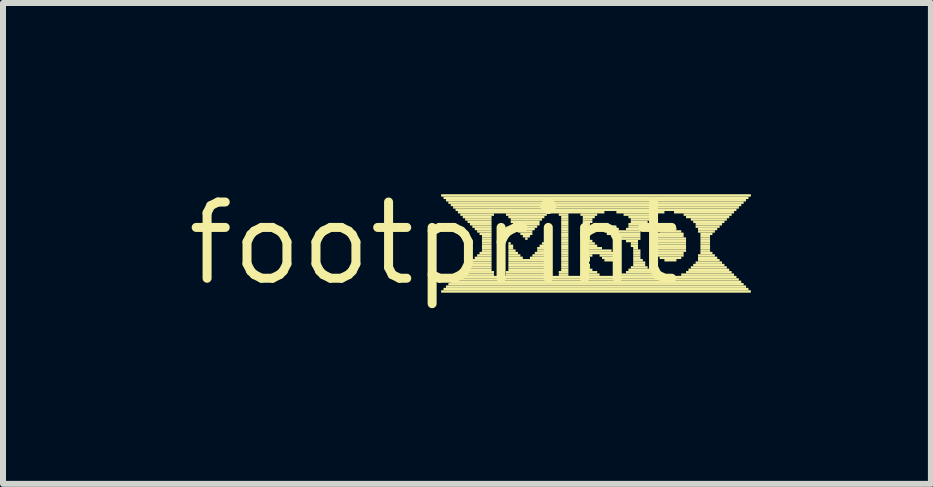
<source format=kicad_pcb>
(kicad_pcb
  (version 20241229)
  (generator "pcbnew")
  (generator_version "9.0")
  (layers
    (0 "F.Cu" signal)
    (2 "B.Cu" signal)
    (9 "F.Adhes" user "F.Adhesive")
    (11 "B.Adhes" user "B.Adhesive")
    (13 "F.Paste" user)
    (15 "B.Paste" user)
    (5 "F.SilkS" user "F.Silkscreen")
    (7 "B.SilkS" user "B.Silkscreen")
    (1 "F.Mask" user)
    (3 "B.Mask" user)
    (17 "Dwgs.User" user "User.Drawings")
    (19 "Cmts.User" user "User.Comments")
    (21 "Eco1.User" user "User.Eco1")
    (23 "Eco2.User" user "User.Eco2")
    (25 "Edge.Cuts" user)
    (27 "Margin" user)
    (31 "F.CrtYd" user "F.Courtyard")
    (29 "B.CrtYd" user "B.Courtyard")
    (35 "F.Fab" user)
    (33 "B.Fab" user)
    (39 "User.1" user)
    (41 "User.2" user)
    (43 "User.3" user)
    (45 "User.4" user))
  (footprint "footprint"
    (layer "F.Cu")
    (at 4.18 1.006)
    (property "Reference" "footprint" (at 0 0 0) (layer "F.SilkS") (effects (font (size 1.27 1.27) (thickness 0.15))))
    (fp_poly (pts (xy 0.12 -0.78) (xy 5.28 -0.78) (xy 5.28 -0.82) (xy 0.12 -0.82)) (stroke (width 0) (type solid)) (fill yes) (layer "F.SilkS"))
    (fp_poly (pts (xy 0.12 0.82) (xy 5.28 0.82) (xy 5.28 0.78) (xy 0.12 0.78)) (stroke (width 0) (type solid)) (fill yes) (layer "F.SilkS"))
    (fp_poly (pts (xy 0.16 -0.74) (xy 5.24 -0.74) (xy 5.24 -0.78) (xy 0.16 -0.78)) (stroke (width 0) (type solid)) (fill yes) (layer "F.SilkS"))
    (fp_poly (pts (xy 0.16 0.78) (xy 5.24 0.78) (xy 5.24 0.74) (xy 0.16 0.74)) (stroke (width 0) (type solid)) (fill yes) (layer "F.SilkS"))
    (fp_poly (pts (xy 0.2 -0.7) (xy 5.2 -0.7) (xy 5.2 -0.74) (xy 0.2 -0.74)) (stroke (width 0) (type solid)) (fill yes) (layer "F.SilkS"))
    (fp_poly (pts (xy 0.2 0.74) (xy 5.2 0.74) (xy 5.2 0.7) (xy 0.2 0.7)) (stroke (width 0) (type solid)) (fill yes) (layer "F.SilkS"))
    (fp_poly (pts (xy 0.24 -0.66) (xy 5.16 -0.66) (xy 5.16 -0.7) (xy 0.24 -0.7)) (stroke (width 0) (type solid)) (fill yes) (layer "F.SilkS"))
    (fp_poly (pts (xy 0.24 0.7) (xy 5.16 0.7) (xy 5.16 0.66) (xy 0.24 0.66)) (stroke (width 0) (type solid)) (fill yes) (layer "F.SilkS"))
    (fp_poly (pts (xy 0.28 -0.62) (xy 5.12 -0.62) (xy 5.12 -0.66) (xy 0.28 -0.66)) (stroke (width 0) (type solid)) (fill yes) (layer "F.SilkS"))
    (fp_poly (pts (xy 0.28 0.66) (xy 5.12 0.66) (xy 5.12 0.62) (xy 0.28 0.62)) (stroke (width 0) (type solid)) (fill yes) (layer "F.SilkS"))
    (fp_poly (pts (xy 0.32 -0.58) (xy 5.08 -0.58) (xy 5.08 -0.62) (xy 0.32 -0.62)) (stroke (width 0) (type solid)) (fill yes) (layer "F.SilkS"))
    (fp_poly (pts (xy 0.32 0.62) (xy 5.08 0.62) (xy 5.08 0.58) (xy 0.32 0.58)) (stroke (width 0) (type solid)) (fill yes) (layer "F.SilkS"))
    (fp_poly (pts (xy 0.36 -0.54) (xy 5.04 -0.54) (xy 5.04 -0.58) (xy 0.36 -0.58)) (stroke (width 0) (type solid)) (fill yes) (layer "F.SilkS"))
    (fp_poly (pts (xy 0.36 0.58) (xy 5.04 0.58) (xy 5.04 0.54) (xy 0.36 0.54)) (stroke (width 0) (type solid)) (fill yes) (layer "F.SilkS"))
    (fp_poly (pts (xy 0.4 -0.5) (xy 2.84 -0.5) (xy 2.84 -0.54) (xy 0.4 -0.54)) (stroke (width 0) (type solid)) (fill yes) (layer "F.SilkS"))
    (fp_poly (pts (xy 0.4 0.54) (xy 1 0.54) (xy 1 0.5) (xy 0.4 0.5)) (stroke (width 0) (type solid)) (fill yes) (layer "F.SilkS"))
    (fp_poly (pts (xy 0.44 -0.46) (xy 1 -0.46) (xy 1 -0.5) (xy 0.44 -0.5)) (stroke (width 0) (type solid)) (fill yes) (layer "F.SilkS"))
    (fp_poly (pts (xy 0.44 0.5) (xy 1 0.5) (xy 1 0.46) (xy 0.44 0.46)) (stroke (width 0) (type solid)) (fill yes) (layer "F.SilkS"))
    (fp_poly (pts (xy 0.48 -0.42) (xy 0.96 -0.42) (xy 0.96 -0.46) (xy 0.48 -0.46)) (stroke (width 0) (type solid)) (fill yes) (layer "F.SilkS"))
    (fp_poly (pts (xy 0.48 0.46) (xy 0.96 0.46) (xy 0.96 0.42) (xy 0.48 0.42)) (stroke (width 0) (type solid)) (fill yes) (layer "F.SilkS"))
    (fp_poly (pts (xy 0.52 -0.38) (xy 0.96 -0.38) (xy 0.96 -0.42) (xy 0.52 -0.42)) (stroke (width 0) (type solid)) (fill yes) (layer "F.SilkS"))
    (fp_poly (pts (xy 0.52 0.42) (xy 0.96 0.42) (xy 0.96 0.38) (xy 0.52 0.38)) (stroke (width 0) (type solid)) (fill yes) (layer "F.SilkS"))
    (fp_poly (pts (xy 0.56 -0.34) (xy 0.96 -0.34) (xy 0.96 -0.38) (xy 0.56 -0.38)) (stroke (width 0) (type solid)) (fill yes) (layer "F.SilkS"))
    (fp_poly (pts (xy 0.56 0.38) (xy 0.96 0.38) (xy 0.96 0.34) (xy 0.56 0.34)) (stroke (width 0) (type solid)) (fill yes) (layer "F.SilkS"))
    (fp_poly (pts (xy 0.6 -0.3) (xy 0.96 -0.3) (xy 0.96 -0.34) (xy 0.6 -0.34)) (stroke (width 0) (type solid)) (fill yes) (layer "F.SilkS"))
    (fp_poly (pts (xy 0.6 0.34) (xy 0.96 0.34) (xy 0.96 0.3) (xy 0.6 0.3)) (stroke (width 0) (type solid)) (fill yes) (layer "F.SilkS"))
    (fp_poly (pts (xy 0.64 -0.26) (xy 0.96 -0.26) (xy 0.96 -0.3) (xy 0.64 -0.3)) (stroke (width 0) (type solid)) (fill yes) (layer "F.SilkS"))
    (fp_poly (pts (xy 0.64 0.3) (xy 0.96 0.3) (xy 0.96 0.26) (xy 0.64 0.26)) (stroke (width 0) (type solid)) (fill yes) (layer "F.SilkS"))
    (fp_poly (pts (xy 0.68 -0.22) (xy 0.96 -0.22) (xy 0.96 -0.26) (xy 0.68 -0.26)) (stroke (width 0) (type solid)) (fill yes) (layer "F.SilkS"))
    (fp_poly (pts (xy 0.68 0.26) (xy 0.96 0.26) (xy 0.96 0.22) (xy 0.68 0.22)) (stroke (width 0) (type solid)) (fill yes) (layer "F.SilkS"))
    (fp_poly (pts (xy 0.72 -0.18) (xy 0.96 -0.18) (xy 0.96 -0.22) (xy 0.72 -0.22)) (stroke (width 0) (type solid)) (fill yes) (layer "F.SilkS"))
    (fp_poly (pts (xy 0.72 0.22) (xy 0.96 0.22) (xy 0.96 0.18) (xy 0.72 0.18)) (stroke (width 0) (type solid)) (fill yes) (layer "F.SilkS"))
    (fp_poly (pts (xy 0.76 -0.14) (xy 0.96 -0.14) (xy 0.96 -0.18) (xy 0.76 -0.18)) (stroke (width 0) (type solid)) (fill yes) (layer "F.SilkS"))
    (fp_poly (pts (xy 0.76 0.18) (xy 0.96 0.18) (xy 0.96 0.14) (xy 0.76 0.14)) (stroke (width 0) (type solid)) (fill yes) (layer "F.SilkS"))
    (fp_poly (pts (xy 0.8 -0.1) (xy 0.96 -0.1) (xy 0.96 -0.14) (xy 0.8 -0.14)) (stroke (width 0) (type solid)) (fill yes) (layer "F.SilkS"))
    (fp_poly (pts (xy 0.8 -0.06) (xy 0.96 -0.06) (xy 0.96 -0.1) (xy 0.8 -0.1)) (stroke (width 0) (type solid)) (fill yes) (layer "F.SilkS"))
    (fp_poly (pts (xy 0.8 -0.02) (xy 0.96 -0.02) (xy 0.96 -0.06) (xy 0.8 -0.06)) (stroke (width 0) (type solid)) (fill yes) (layer "F.SilkS"))
    (fp_poly (pts (xy 0.8 0.02) (xy 0.96 0.02) (xy 0.96 -0.02) (xy 0.8 -0.02)) (stroke (width 0) (type solid)) (fill yes) (layer "F.SilkS"))
    (fp_poly (pts (xy 0.8 0.06) (xy 0.96 0.06) (xy 0.96 0.02) (xy 0.8 0.02)) (stroke (width 0) (type solid)) (fill yes) (layer "F.SilkS"))
    (fp_poly (pts (xy 0.8 0.1) (xy 0.96 0.1) (xy 0.96 0.06) (xy 0.8 0.06)) (stroke (width 0) (type solid)) (fill yes) (layer "F.SilkS"))
    (fp_poly (pts (xy 0.8 0.14) (xy 0.96 0.14) (xy 0.96 0.1) (xy 0.8 0.1)) (stroke (width 0) (type solid)) (fill yes) (layer "F.SilkS"))
    (fp_poly (pts (xy 1.2 -0.46) (xy 1.88 -0.46) (xy 1.88 -0.5) (xy 1.2 -0.5)) (stroke (width 0) (type solid)) (fill yes) (layer "F.SilkS"))
    (fp_poly (pts (xy 1.2 0.5) (xy 1.88 0.5) (xy 1.88 0.46) (xy 1.2 0.46)) (stroke (width 0) (type solid)) (fill yes) (layer "F.SilkS"))
    (fp_poly (pts (xy 1.2 0.54) (xy 1.88 0.54) (xy 1.88 0.5) (xy 1.2 0.5)) (stroke (width 0) (type solid)) (fill yes) (layer "F.SilkS"))
    (fp_poly (pts (xy 1.24 -0.42) (xy 1.84 -0.42) (xy 1.84 -0.46) (xy 1.24 -0.46)) (stroke (width 0) (type solid)) (fill yes) (layer "F.SilkS"))
    (fp_poly (pts (xy 1.24 0.02) (xy 1.28 0.02) (xy 1.28 -0.02) (xy 1.24 -0.02)) (stroke (width 0) (type solid)) (fill yes) (layer "F.SilkS"))
    (fp_poly (pts (xy 1.24 0.06) (xy 1.32 0.06) (xy 1.32 0.02) (xy 1.24 0.02)) (stroke (width 0) (type solid)) (fill yes) (layer "F.SilkS"))
    (fp_poly (pts (xy 1.24 0.1) (xy 1.32 0.1) (xy 1.32 0.06) (xy 1.24 0.06)) (stroke (width 0) (type solid)) (fill yes) (layer "F.SilkS"))
    (fp_poly (pts (xy 1.24 0.14) (xy 1.36 0.14) (xy 1.36 0.1) (xy 1.24 0.1)) (stroke (width 0) (type solid)) (fill yes) (layer "F.SilkS"))
    (fp_poly (pts (xy 1.24 0.18) (xy 1.4 0.18) (xy 1.4 0.14) (xy 1.24 0.14)) (stroke (width 0) (type solid)) (fill yes) (layer "F.SilkS"))
    (fp_poly (pts (xy 1.24 0.22) (xy 1.44 0.22) (xy 1.44 0.18) (xy 1.24 0.18)) (stroke (width 0) (type solid)) (fill yes) (layer "F.SilkS"))
    (fp_poly (pts (xy 1.24 0.26) (xy 1.48 0.26) (xy 1.48 0.22) (xy 1.24 0.22)) (stroke (width 0) (type solid)) (fill yes) (layer "F.SilkS"))
    (fp_poly (pts (xy 1.24 0.3) (xy 1.84 0.3) (xy 1.84 0.26) (xy 1.24 0.26)) (stroke (width 0) (type solid)) (fill yes) (layer "F.SilkS"))
    (fp_poly (pts (xy 1.24 0.34) (xy 1.84 0.34) (xy 1.84 0.3) (xy 1.24 0.3)) (stroke (width 0) (type solid)) (fill yes) (layer "F.SilkS"))
    (fp_poly (pts (xy 1.24 0.38) (xy 1.84 0.38) (xy 1.84 0.34) (xy 1.24 0.34)) (stroke (width 0) (type solid)) (fill yes) (layer "F.SilkS"))
    (fp_poly (pts (xy 1.24 0.42) (xy 1.84 0.42) (xy 1.84 0.38) (xy 1.24 0.38)) (stroke (width 0) (type solid)) (fill yes) (layer "F.SilkS"))
    (fp_poly (pts (xy 1.24 0.46) (xy 1.84 0.46) (xy 1.84 0.42) (xy 1.24 0.42)) (stroke (width 0) (type solid)) (fill yes) (layer "F.SilkS"))
    (fp_poly (pts (xy 1.28 -0.38) (xy 1.8 -0.38) (xy 1.8 -0.42) (xy 1.28 -0.42)) (stroke (width 0) (type solid)) (fill yes) (layer "F.SilkS"))
    (fp_poly (pts (xy 1.28 -0.34) (xy 1.76 -0.34) (xy 1.76 -0.38) (xy 1.28 -0.38)) (stroke (width 0) (type solid)) (fill yes) (layer "F.SilkS"))
    (fp_poly (pts (xy 1.32 -0.3) (xy 1.76 -0.3) (xy 1.76 -0.34) (xy 1.32 -0.34)) (stroke (width 0) (type solid)) (fill yes) (layer "F.SilkS"))
    (fp_poly (pts (xy 1.36 -0.26) (xy 1.72 -0.26) (xy 1.72 -0.3) (xy 1.36 -0.3)) (stroke (width 0) (type solid)) (fill yes) (layer "F.SilkS"))
    (fp_poly (pts (xy 1.4 -0.22) (xy 1.68 -0.22) (xy 1.68 -0.26) (xy 1.4 -0.26)) (stroke (width 0) (type solid)) (fill yes) (layer "F.SilkS"))
    (fp_poly (pts (xy 1.4 -0.18) (xy 1.64 -0.18) (xy 1.64 -0.22) (xy 1.4 -0.22)) (stroke (width 0) (type solid)) (fill yes) (layer "F.SilkS"))
    (fp_poly (pts (xy 1.44 -0.14) (xy 1.64 -0.14) (xy 1.64 -0.18) (xy 1.44 -0.18)) (stroke (width 0) (type solid)) (fill yes) (layer "F.SilkS"))
    (fp_poly (pts (xy 1.48 -0.1) (xy 1.6 -0.1) (xy 1.6 -0.14) (xy 1.48 -0.14)) (stroke (width 0) (type solid)) (fill yes) (layer "F.SilkS"))
    (fp_poly (pts (xy 1.52 -0.06) (xy 1.56 -0.06) (xy 1.56 -0.1) (xy 1.52 -0.1)) (stroke (width 0) (type solid)) (fill yes) (layer "F.SilkS"))
    (fp_poly (pts (xy 1.6 0.26) (xy 1.84 0.26) (xy 1.84 0.22) (xy 1.6 0.22)) (stroke (width 0) (type solid)) (fill yes) (layer "F.SilkS"))
    (fp_poly (pts (xy 1.64 0.22) (xy 1.84 0.22) (xy 1.84 0.18) (xy 1.64 0.18)) (stroke (width 0) (type solid)) (fill yes) (layer "F.SilkS"))
    (fp_poly (pts (xy 1.68 0.18) (xy 1.84 0.18) (xy 1.84 0.14) (xy 1.68 0.14)) (stroke (width 0) (type solid)) (fill yes) (layer "F.SilkS"))
    (fp_poly (pts (xy 1.72 0.1) (xy 1.84 0.1) (xy 1.84 0.06) (xy 1.72 0.06)) (stroke (width 0) (type solid)) (fill yes) (layer "F.SilkS"))
    (fp_poly (pts (xy 1.72 0.14) (xy 1.84 0.14) (xy 1.84 0.1) (xy 1.72 0.1)) (stroke (width 0) (type solid)) (fill yes) (layer "F.SilkS"))
    (fp_poly (pts (xy 1.76 0.06) (xy 1.84 0.06) (xy 1.84 0.02) (xy 1.76 0.02)) (stroke (width 0) (type solid)) (fill yes) (layer "F.SilkS"))
    (fp_poly (pts (xy 1.8 0.02) (xy 1.84 0.02) (xy 1.84 -0.02) (xy 1.8 -0.02)) (stroke (width 0) (type solid)) (fill yes) (layer "F.SilkS"))
    (fp_poly (pts (xy 2.08 -0.46) (xy 2.24 -0.46) (xy 2.24 -0.5) (xy 2.08 -0.5)) (stroke (width 0) (type solid)) (fill yes) (layer "F.SilkS"))
    (fp_poly (pts (xy 2.08 0.5) (xy 2.24 0.5) (xy 2.24 0.46) (xy 2.08 0.46)) (stroke (width 0) (type solid)) (fill yes) (layer "F.SilkS"))
    (fp_poly (pts (xy 2.08 0.54) (xy 2.24 0.54) (xy 2.24 0.5) (xy 2.08 0.5)) (stroke (width 0) (type solid)) (fill yes) (layer "F.SilkS"))
    (fp_poly (pts (xy 2.12 -0.42) (xy 2.24 -0.42) (xy 2.24 -0.46) (xy 2.12 -0.46)) (stroke (width 0) (type solid)) (fill yes) (layer "F.SilkS"))
    (fp_poly (pts (xy 2.12 -0.38) (xy 2.24 -0.38) (xy 2.24 -0.42) (xy 2.12 -0.42)) (stroke (width 0) (type solid)) (fill yes) (layer "F.SilkS"))
    (fp_poly (pts (xy 2.12 -0.34) (xy 2.24 -0.34) (xy 2.24 -0.38) (xy 2.12 -0.38)) (stroke (width 0) (type solid)) (fill yes) (layer "F.SilkS"))
    (fp_poly (pts (xy 2.12 -0.3) (xy 2.24 -0.3) (xy 2.24 -0.34) (xy 2.12 -0.34)) (stroke (width 0) (type solid)) (fill yes) (layer "F.SilkS"))
    (fp_poly (pts (xy 2.12 -0.26) (xy 2.24 -0.26) (xy 2.24 -0.3) (xy 2.12 -0.3)) (stroke (width 0) (type solid)) (fill yes) (layer "F.SilkS"))
    (fp_poly (pts (xy 2.12 -0.22) (xy 2.24 -0.22) (xy 2.24 -0.26) (xy 2.12 -0.26)) (stroke (width 0) (type solid)) (fill yes) (layer "F.SilkS"))
    (fp_poly (pts (xy 2.12 -0.18) (xy 2.24 -0.18) (xy 2.24 -0.22) (xy 2.12 -0.22)) (stroke (width 0) (type solid)) (fill yes) (layer "F.SilkS"))
    (fp_poly (pts (xy 2.12 -0.14) (xy 2.24 -0.14) (xy 2.24 -0.18) (xy 2.12 -0.18)) (stroke (width 0) (type solid)) (fill yes) (layer "F.SilkS"))
    (fp_poly (pts (xy 2.12 -0.1) (xy 2.24 -0.1) (xy 2.24 -0.14) (xy 2.12 -0.14)) (stroke (width 0) (type solid)) (fill yes) (layer "F.SilkS"))
    (fp_poly (pts (xy 2.12 -0.06) (xy 2.24 -0.06) (xy 2.24 -0.1) (xy 2.12 -0.1)) (stroke (width 0) (type solid)) (fill yes) (layer "F.SilkS"))
    (fp_poly (pts (xy 2.12 -0.02) (xy 2.24 -0.02) (xy 2.24 -0.06) (xy 2.12 -0.06)) (stroke (width 0) (type solid)) (fill yes) (layer "F.SilkS"))
    (fp_poly (pts (xy 2.12 0.02) (xy 2.24 0.02) (xy 2.24 -0.02) (xy 2.12 -0.02)) (stroke (width 0) (type solid)) (fill yes) (layer "F.SilkS"))
    (fp_poly (pts (xy 2.12 0.06) (xy 2.24 0.06) (xy 2.24 0.02) (xy 2.12 0.02)) (stroke (width 0) (type solid)) (fill yes) (layer "F.SilkS"))
    (fp_poly (pts (xy 2.12 0.1) (xy 2.24 0.1) (xy 2.24 0.06) (xy 2.12 0.06)) (stroke (width 0) (type solid)) (fill yes) (layer "F.SilkS"))
    (fp_poly (pts (xy 2.12 0.14) (xy 2.24 0.14) (xy 2.24 0.1) (xy 2.12 0.1)) (stroke (width 0) (type solid)) (fill yes) (layer "F.SilkS"))
    (fp_poly (pts (xy 2.12 0.18) (xy 2.24 0.18) (xy 2.24 0.14) (xy 2.12 0.14)) (stroke (width 0) (type solid)) (fill yes) (layer "F.SilkS"))
    (fp_poly (pts (xy 2.12 0.22) (xy 2.24 0.22) (xy 2.24 0.18) (xy 2.12 0.18)) (stroke (width 0) (type solid)) (fill yes) (layer "F.SilkS"))
    (fp_poly (pts (xy 2.12 0.26) (xy 2.24 0.26) (xy 2.24 0.22) (xy 2.12 0.22)) (stroke (width 0) (type solid)) (fill yes) (layer "F.SilkS"))
    (fp_poly (pts (xy 2.12 0.3) (xy 2.24 0.3) (xy 2.24 0.26) (xy 2.12 0.26)) (stroke (width 0) (type solid)) (fill yes) (layer "F.SilkS"))
    (fp_poly (pts (xy 2.12 0.34) (xy 2.24 0.34) (xy 2.24 0.3) (xy 2.12 0.3)) (stroke (width 0) (type solid)) (fill yes) (layer "F.SilkS"))
    (fp_poly (pts (xy 2.12 0.38) (xy 2.24 0.38) (xy 2.24 0.34) (xy 2.12 0.34)) (stroke (width 0) (type solid)) (fill yes) (layer "F.SilkS"))
    (fp_poly (pts (xy 2.12 0.42) (xy 2.24 0.42) (xy 2.24 0.38) (xy 2.12 0.38)) (stroke (width 0) (type solid)) (fill yes) (layer "F.SilkS"))
    (fp_poly (pts (xy 2.12 0.46) (xy 2.24 0.46) (xy 2.24 0.42) (xy 2.12 0.42)) (stroke (width 0) (type solid)) (fill yes) (layer "F.SilkS"))
    (fp_poly (pts (xy 2.44 -0.46) (xy 2.72 -0.46) (xy 2.72 -0.5) (xy 2.44 -0.5)) (stroke (width 0) (type solid)) (fill yes) (layer "F.SilkS"))
    (fp_poly (pts (xy 2.44 0.54) (xy 2.76 0.54) (xy 2.76 0.5) (xy 2.44 0.5)) (stroke (width 0) (type solid)) (fill yes) (layer "F.SilkS"))
    (fp_poly (pts (xy 2.48 -0.42) (xy 2.68 -0.42) (xy 2.68 -0.46) (xy 2.48 -0.46)) (stroke (width 0) (type solid)) (fill yes) (layer "F.SilkS"))
    (fp_poly (pts (xy 2.48 -0.38) (xy 2.64 -0.38) (xy 2.64 -0.42) (xy 2.48 -0.42)) (stroke (width 0) (type solid)) (fill yes) (layer "F.SilkS"))
    (fp_poly (pts (xy 2.48 -0.34) (xy 2.64 -0.34) (xy 2.64 -0.38) (xy 2.48 -0.38)) (stroke (width 0) (type solid)) (fill yes) (layer "F.SilkS"))
    (fp_poly (pts (xy 2.48 -0.3) (xy 2.6 -0.3) (xy 2.6 -0.34) (xy 2.48 -0.34)) (stroke (width 0) (type solid)) (fill yes) (layer "F.SilkS"))
    (fp_poly (pts (xy 2.48 -0.26) (xy 2.6 -0.26) (xy 2.6 -0.3) (xy 2.48 -0.3)) (stroke (width 0) (type solid)) (fill yes) (layer "F.SilkS"))
    (fp_poly (pts (xy 2.48 -0.22) (xy 2.6 -0.22) (xy 2.6 -0.26) (xy 2.48 -0.26)) (stroke (width 0) (type solid)) (fill yes) (layer "F.SilkS"))
    (fp_poly (pts (xy 2.48 -0.18) (xy 2.6 -0.18) (xy 2.6 -0.22) (xy 2.48 -0.22)) (stroke (width 0) (type solid)) (fill yes) (layer "F.SilkS"))
    (fp_poly (pts (xy 2.48 -0.14) (xy 2.6 -0.14) (xy 2.6 -0.18) (xy 2.48 -0.18)) (stroke (width 0) (type solid)) (fill yes) (layer "F.SilkS"))
    (fp_poly (pts (xy 2.48 -0.1) (xy 2.6 -0.1) (xy 2.6 -0.14) (xy 2.48 -0.14)) (stroke (width 0) (type solid)) (fill yes) (layer "F.SilkS"))
    (fp_poly (pts (xy 2.48 -0.06) (xy 2.6 -0.06) (xy 2.6 -0.1) (xy 2.48 -0.1)) (stroke (width 0) (type solid)) (fill yes) (layer "F.SilkS"))
    (fp_poly (pts (xy 2.48 -0.02) (xy 2.64 -0.02) (xy 2.64 -0.06) (xy 2.48 -0.06)) (stroke (width 0) (type solid)) (fill yes) (layer "F.SilkS"))
    (fp_poly (pts (xy 2.48 0.02) (xy 2.68 0.02) (xy 2.68 -0.02) (xy 2.48 -0.02)) (stroke (width 0) (type solid)) (fill yes) (layer "F.SilkS"))
    (fp_poly (pts (xy 2.48 0.06) (xy 2.72 0.06) (xy 2.72 0.02) (xy 2.48 0.02)) (stroke (width 0) (type solid)) (fill yes) (layer "F.SilkS"))
    (fp_poly (pts (xy 2.48 0.1) (xy 2.8 0.1) (xy 2.8 0.06) (xy 2.48 0.06)) (stroke (width 0) (type solid)) (fill yes) (layer "F.SilkS"))
    (fp_poly (pts (xy 2.48 0.14) (xy 2.96 0.14) (xy 2.96 0.1) (xy 2.48 0.1)) (stroke (width 0) (type solid)) (fill yes) (layer "F.SilkS"))
    (fp_poly (pts (xy 2.48 0.18) (xy 3.04 0.18) (xy 3.04 0.14) (xy 2.48 0.14)) (stroke (width 0) (type solid)) (fill yes) (layer "F.SilkS"))
    (fp_poly (pts (xy 2.48 0.22) (xy 2.64 0.22) (xy 2.64 0.18) (xy 2.48 0.18)) (stroke (width 0) (type solid)) (fill yes) (layer "F.SilkS"))
    (fp_poly (pts (xy 2.48 0.26) (xy 2.6 0.26) (xy 2.6 0.22) (xy 2.48 0.22)) (stroke (width 0) (type solid)) (fill yes) (layer "F.SilkS"))
    (fp_poly (pts (xy 2.48 0.3) (xy 2.6 0.3) (xy 2.6 0.26) (xy 2.48 0.26)) (stroke (width 0) (type solid)) (fill yes) (layer "F.SilkS"))
    (fp_poly (pts (xy 2.48 0.34) (xy 2.56 0.34) (xy 2.56 0.3) (xy 2.48 0.3)) (stroke (width 0) (type solid)) (fill yes) (layer "F.SilkS"))
    (fp_poly (pts (xy 2.48 0.38) (xy 2.6 0.38) (xy 2.6 0.34) (xy 2.48 0.34)) (stroke (width 0) (type solid)) (fill yes) (layer "F.SilkS"))
    (fp_poly (pts (xy 2.48 0.42) (xy 2.6 0.42) (xy 2.6 0.38) (xy 2.48 0.38)) (stroke (width 0) (type solid)) (fill yes) (layer "F.SilkS"))
    (fp_poly (pts (xy 2.48 0.46) (xy 2.64 0.46) (xy 2.64 0.42) (xy 2.48 0.42)) (stroke (width 0) (type solid)) (fill yes) (layer "F.SilkS"))
    (fp_poly (pts (xy 2.48 0.5) (xy 2.72 0.5) (xy 2.72 0.46) (xy 2.48 0.46)) (stroke (width 0) (type solid)) (fill yes) (layer "F.SilkS"))
    (fp_poly (pts (xy 2.76 0.22) (xy 3.08 0.22) (xy 3.08 0.18) (xy 2.76 0.18)) (stroke (width 0) (type solid)) (fill yes) (layer "F.SilkS"))
    (fp_poly (pts (xy 2.8 0.26) (xy 3.08 0.26) (xy 3.08 0.22) (xy 2.8 0.22)) (stroke (width 0) (type solid)) (fill yes) (layer "F.SilkS"))
    (fp_poly (pts (xy 2.84 -0.22) (xy 3.08 -0.22) (xy 3.08 -0.26) (xy 2.84 -0.26)) (stroke (width 0) (type solid)) (fill yes) (layer "F.SilkS"))
    (fp_poly (pts (xy 2.84 -0.18) (xy 3.44 -0.18) (xy 3.44 -0.22) (xy 2.84 -0.22)) (stroke (width 0) (type solid)) (fill yes) (layer "F.SilkS"))
    (fp_poly (pts (xy 2.84 0.3) (xy 3.08 0.3) (xy 3.08 0.26) (xy 2.84 0.26)) (stroke (width 0) (type solid)) (fill yes) (layer "F.SilkS"))
    (fp_poly (pts (xy 2.88 -0.26) (xy 3.04 -0.26) (xy 3.04 -0.3) (xy 2.88 -0.3)) (stroke (width 0) (type solid)) (fill yes) (layer "F.SilkS"))
    (fp_poly (pts (xy 2.88 -0.14) (xy 3.44 -0.14) (xy 3.44 -0.18) (xy 2.88 -0.18)) (stroke (width 0) (type solid)) (fill yes) (layer "F.SilkS"))
    (fp_poly (pts (xy 2.96 -0.1) (xy 3.44 -0.1) (xy 3.44 -0.14) (xy 2.96 -0.14)) (stroke (width 0) (type solid)) (fill yes) (layer "F.SilkS"))
    (fp_poly (pts (xy 3.04 -0.5) (xy 3.84 -0.5) (xy 3.84 -0.54) (xy 3.04 -0.54)) (stroke (width 0) (type solid)) (fill yes) (layer "F.SilkS"))
    (fp_poly (pts (xy 3.12 -0.06) (xy 3.44 -0.06) (xy 3.44 -0.1) (xy 3.12 -0.1)) (stroke (width 0) (type solid)) (fill yes) (layer "F.SilkS"))
    (fp_poly (pts (xy 3.12 0.54) (xy 3.76 0.54) (xy 3.76 0.5) (xy 3.12 0.5)) (stroke (width 0) (type solid)) (fill yes) (layer "F.SilkS"))
    (fp_poly (pts (xy 3.16 -0.46) (xy 3.72 -0.46) (xy 3.72 -0.5) (xy 3.16 -0.5)) (stroke (width 0) (type solid)) (fill yes) (layer "F.SilkS"))
    (fp_poly (pts (xy 3.2 -0.22) (xy 3.48 -0.22) (xy 3.48 -0.26) (xy 3.2 -0.26)) (stroke (width 0) (type solid)) (fill yes) (layer "F.SilkS"))
    (fp_poly (pts (xy 3.2 -0.02) (xy 3.4 -0.02) (xy 3.4 -0.06) (xy 3.2 -0.06)) (stroke (width 0) (type solid)) (fill yes) (layer "F.SilkS"))
    (fp_poly (pts (xy 3.2 0.5) (xy 3.68 0.5) (xy 3.68 0.46) (xy 3.2 0.46)) (stroke (width 0) (type solid)) (fill yes) (layer "F.SilkS"))
    (fp_poly (pts (xy 3.24 -0.42) (xy 3.64 -0.42) (xy 3.64 -0.46) (xy 3.24 -0.46)) (stroke (width 0) (type solid)) (fill yes) (layer "F.SilkS"))
    (fp_poly (pts (xy 3.24 -0.3) (xy 3.52 -0.3) (xy 3.52 -0.34) (xy 3.24 -0.34)) (stroke (width 0) (type solid)) (fill yes) (layer "F.SilkS"))
    (fp_poly (pts (xy 3.24 -0.26) (xy 3.48 -0.26) (xy 3.48 -0.3) (xy 3.24 -0.3)) (stroke (width 0) (type solid)) (fill yes) (layer "F.SilkS"))
    (fp_poly (pts (xy 3.24 0.46) (xy 3.6 0.46) (xy 3.6 0.42) (xy 3.24 0.42)) (stroke (width 0) (type solid)) (fill yes) (layer "F.SilkS"))
    (fp_poly (pts (xy 3.28 -0.38) (xy 3.6 -0.38) (xy 3.6 -0.42) (xy 3.28 -0.42)) (stroke (width 0) (type solid)) (fill yes) (layer "F.SilkS"))
    (fp_poly (pts (xy 3.28 -0.34) (xy 3.56 -0.34) (xy 3.56 -0.38) (xy 3.28 -0.38)) (stroke (width 0) (type solid)) (fill yes) (layer "F.SilkS"))
    (fp_poly (pts (xy 3.28 0.02) (xy 3.4 0.02) (xy 3.4 -0.02) (xy 3.28 -0.02)) (stroke (width 0) (type solid)) (fill yes) (layer "F.SilkS"))
    (fp_poly (pts (xy 3.28 0.06) (xy 3.4 0.06) (xy 3.4 0.02) (xy 3.28 0.02)) (stroke (width 0) (type solid)) (fill yes) (layer "F.SilkS"))
    (fp_poly (pts (xy 3.28 0.42) (xy 3.56 0.42) (xy 3.56 0.38) (xy 3.28 0.38)) (stroke (width 0) (type solid)) (fill yes) (layer "F.SilkS"))
    (fp_poly (pts (xy 3.32 0.1) (xy 3.4 0.1) (xy 3.4 0.06) (xy 3.32 0.06)) (stroke (width 0) (type solid)) (fill yes) (layer "F.SilkS"))
    (fp_poly (pts (xy 3.32 0.14) (xy 3.44 0.14) (xy 3.44 0.1) (xy 3.32 0.1)) (stroke (width 0) (type solid)) (fill yes) (layer "F.SilkS"))
    (fp_poly (pts (xy 3.32 0.18) (xy 3.44 0.18) (xy 3.44 0.14) (xy 3.32 0.14)) (stroke (width 0) (type solid)) (fill yes) (layer "F.SilkS"))
    (fp_poly (pts (xy 3.32 0.22) (xy 3.44 0.22) (xy 3.44 0.18) (xy 3.32 0.18)) (stroke (width 0) (type solid)) (fill yes) (layer "F.SilkS"))
    (fp_poly (pts (xy 3.32 0.26) (xy 3.44 0.26) (xy 3.44 0.22) (xy 3.32 0.22)) (stroke (width 0) (type solid)) (fill yes) (layer "F.SilkS"))
    (fp_poly (pts (xy 3.32 0.3) (xy 3.48 0.3) (xy 3.48 0.26) (xy 3.32 0.26)) (stroke (width 0) (type solid)) (fill yes) (layer "F.SilkS"))
    (fp_poly (pts (xy 3.32 0.34) (xy 3.52 0.34) (xy 3.52 0.3) (xy 3.32 0.3)) (stroke (width 0) (type solid)) (fill yes) (layer "F.SilkS"))
    (fp_poly (pts (xy 3.32 0.38) (xy 3.52 0.38) (xy 3.52 0.34) (xy 3.32 0.34)) (stroke (width 0) (type solid)) (fill yes) (layer "F.SilkS"))
    (fp_poly (pts (xy 3.68 -0.1) (xy 4.16 -0.1) (xy 4.16 -0.14) (xy 3.68 -0.14)) (stroke (width 0) (type solid)) (fill yes) (layer "F.SilkS"))
    (fp_poly (pts (xy 3.68 -0.06) (xy 4.2 -0.06) (xy 4.2 -0.1) (xy 3.68 -0.1)) (stroke (width 0) (type solid)) (fill yes) (layer "F.SilkS"))
    (fp_poly (pts (xy 3.68 -0.02) (xy 4.2 -0.02) (xy 4.2 -0.06) (xy 3.68 -0.06)) (stroke (width 0) (type solid)) (fill yes) (layer "F.SilkS"))
    (fp_poly (pts (xy 3.68 0.02) (xy 4.2 0.02) (xy 4.2 -0.02) (xy 3.68 -0.02)) (stroke (width 0) (type solid)) (fill yes) (layer "F.SilkS"))
    (fp_poly (pts (xy 3.68 0.06) (xy 4.2 0.06) (xy 4.2 0.02) (xy 3.68 0.02)) (stroke (width 0) (type solid)) (fill yes) (layer "F.SilkS"))
    (fp_poly (pts (xy 3.68 0.1) (xy 4.2 0.1) (xy 4.2 0.06) (xy 3.68 0.06)) (stroke (width 0) (type solid)) (fill yes) (layer "F.SilkS"))
    (fp_poly (pts (xy 3.68 0.14) (xy 4.2 0.14) (xy 4.2 0.1) (xy 3.68 0.1)) (stroke (width 0) (type solid)) (fill yes) (layer "F.SilkS"))
    (fp_poly (pts (xy 3.68 0.18) (xy 4.16 0.18) (xy 4.16 0.14) (xy 3.68 0.14)) (stroke (width 0) (type solid)) (fill yes) (layer "F.SilkS"))
    (fp_poly (pts (xy 3.72 -0.14) (xy 4.16 -0.14) (xy 4.16 -0.18) (xy 3.72 -0.18)) (stroke (width 0) (type solid)) (fill yes) (layer "F.SilkS"))
    (fp_poly (pts (xy 3.72 0.22) (xy 4.16 0.22) (xy 4.16 0.18) (xy 3.72 0.18)) (stroke (width 0) (type solid)) (fill yes) (layer "F.SilkS"))
    (fp_poly (pts (xy 3.76 -0.18) (xy 4.12 -0.18) (xy 4.12 -0.22) (xy 3.76 -0.22)) (stroke (width 0) (type solid)) (fill yes) (layer "F.SilkS"))
    (fp_poly (pts (xy 3.76 0.26) (xy 4.12 0.26) (xy 4.12 0.22) (xy 3.76 0.22)) (stroke (width 0) (type solid)) (fill yes) (layer "F.SilkS"))
    (fp_poly (pts (xy 3.8 -0.22) (xy 4.04 -0.22) (xy 4.04 -0.26) (xy 3.8 -0.26)) (stroke (width 0) (type solid)) (fill yes) (layer "F.SilkS"))
    (fp_poly (pts (xy 3.84 0.3) (xy 4.04 0.3) (xy 4.04 0.26) (xy 3.84 0.26)) (stroke (width 0) (type solid)) (fill yes) (layer "F.SilkS"))
    (fp_poly (pts (xy 4 -0.5) (xy 5 -0.5) (xy 5 -0.54) (xy 4 -0.54)) (stroke (width 0) (type solid)) (fill yes) (layer "F.SilkS"))
    (fp_poly (pts (xy 4.12 0.54) (xy 5 0.54) (xy 5 0.5) (xy 4.12 0.5)) (stroke (width 0) (type solid)) (fill yes) (layer "F.SilkS"))
    (fp_poly (pts (xy 4.16 -0.46) (xy 4.96 -0.46) (xy 4.96 -0.5) (xy 4.16 -0.5)) (stroke (width 0) (type solid)) (fill yes) (layer "F.SilkS"))
    (fp_poly (pts (xy 4.2 -0.42) (xy 4.92 -0.42) (xy 4.92 -0.46) (xy 4.2 -0.46)) (stroke (width 0) (type solid)) (fill yes) (layer "F.SilkS"))
    (fp_poly (pts (xy 4.2 0.5) (xy 4.96 0.5) (xy 4.96 0.46) (xy 4.2 0.46)) (stroke (width 0) (type solid)) (fill yes) (layer "F.SilkS"))
    (fp_poly (pts (xy 4.24 0.46) (xy 4.92 0.46) (xy 4.92 0.42) (xy 4.24 0.42)) (stroke (width 0) (type solid)) (fill yes) (layer "F.SilkS"))
    (fp_poly (pts (xy 4.28 -0.38) (xy 4.88 -0.38) (xy 4.88 -0.42) (xy 4.28 -0.42)) (stroke (width 0) (type solid)) (fill yes) (layer "F.SilkS"))
    (fp_poly (pts (xy 4.28 0.42) (xy 4.88 0.42) (xy 4.88 0.38) (xy 4.28 0.38)) (stroke (width 0) (type solid)) (fill yes) (layer "F.SilkS"))
    (fp_poly (pts (xy 4.32 -0.34) (xy 4.84 -0.34) (xy 4.84 -0.38) (xy 4.32 -0.38)) (stroke (width 0) (type solid)) (fill yes) (layer "F.SilkS"))
    (fp_poly (pts (xy 4.32 0.38) (xy 4.84 0.38) (xy 4.84 0.34) (xy 4.32 0.34)) (stroke (width 0) (type solid)) (fill yes) (layer "F.SilkS"))
    (fp_poly (pts (xy 4.36 -0.3) (xy 4.8 -0.3) (xy 4.8 -0.34) (xy 4.36 -0.34)) (stroke (width 0) (type solid)) (fill yes) (layer "F.SilkS"))
    (fp_poly (pts (xy 4.36 -0.26) (xy 4.76 -0.26) (xy 4.76 -0.3) (xy 4.36 -0.3)) (stroke (width 0) (type solid)) (fill yes) (layer "F.SilkS"))
    (fp_poly (pts (xy 4.36 0.34) (xy 4.8 0.34) (xy 4.8 0.3) (xy 4.36 0.3)) (stroke (width 0) (type solid)) (fill yes) (layer "F.SilkS"))
    (fp_poly (pts (xy 4.4 -0.22) (xy 4.72 -0.22) (xy 4.72 -0.26) (xy 4.4 -0.26)) (stroke (width 0) (type solid)) (fill yes) (layer "F.SilkS"))
    (fp_poly (pts (xy 4.4 -0.18) (xy 4.68 -0.18) (xy 4.68 -0.22) (xy 4.4 -0.22)) (stroke (width 0) (type solid)) (fill yes) (layer "F.SilkS"))
    (fp_poly (pts (xy 4.4 0.22) (xy 4.68 0.22) (xy 4.68 0.18) (xy 4.4 0.18)) (stroke (width 0) (type solid)) (fill yes) (layer "F.SilkS"))
    (fp_poly (pts (xy 4.4 0.26) (xy 4.72 0.26) (xy 4.72 0.22) (xy 4.4 0.22)) (stroke (width 0) (type solid)) (fill yes) (layer "F.SilkS"))
    (fp_poly (pts (xy 4.4 0.3) (xy 4.76 0.3) (xy 4.76 0.26) (xy 4.4 0.26)) (stroke (width 0) (type solid)) (fill yes) (layer "F.SilkS"))
    (fp_poly (pts (xy 4.44 -0.14) (xy 4.64 -0.14) (xy 4.64 -0.18) (xy 4.44 -0.18)) (stroke (width 0) (type solid)) (fill yes) (layer "F.SilkS"))
    (fp_poly (pts (xy 4.44 -0.1) (xy 4.6 -0.1) (xy 4.6 -0.14) (xy 4.44 -0.14)) (stroke (width 0) (type solid)) (fill yes) (layer "F.SilkS"))
    (fp_poly (pts (xy 4.44 -0.06) (xy 4.6 -0.06) (xy 4.6 -0.1) (xy 4.44 -0.1)) (stroke (width 0) (type solid)) (fill yes) (layer "F.SilkS"))
    (fp_poly (pts (xy 4.44 -0.02) (xy 4.6 -0.02) (xy 4.6 -0.06) (xy 4.44 -0.06)) (stroke (width 0) (type solid)) (fill yes) (layer "F.SilkS"))
    (fp_poly (pts (xy 4.44 0.02) (xy 4.6 0.02) (xy 4.6 -0.02) (xy 4.44 -0.02)) (stroke (width 0) (type solid)) (fill yes) (layer "F.SilkS"))
    (fp_poly (pts (xy 4.44 0.06) (xy 4.6 0.06) (xy 4.6 0.02) (xy 4.44 0.02)) (stroke (width 0) (type solid)) (fill yes) (layer "F.SilkS"))
    (fp_poly (pts (xy 4.44 0.1) (xy 4.6 0.1) (xy 4.6 0.06) (xy 4.44 0.06)) (stroke (width 0) (type solid)) (fill yes) (layer "F.SilkS"))
    (fp_poly (pts (xy 4.44 0.14) (xy 4.6 0.14) (xy 4.6 0.1) (xy 4.44 0.1)) (stroke (width 0) (type solid)) (fill yes) (layer "F.SilkS"))
    (fp_poly (pts (xy 4.44 0.18) (xy 4.64 0.18) (xy 4.64 0.14) (xy 4.44 0.14)) (stroke (width 0) (type solid)) (fill yes) (layer "F.SilkS")))
  (gr_rect
    (start -3 -3)
    (end 12.46 5.012)
    (stroke (width 0.1) (type default))
    (fill no)
    (layer "Edge.Cuts")))
</source>
